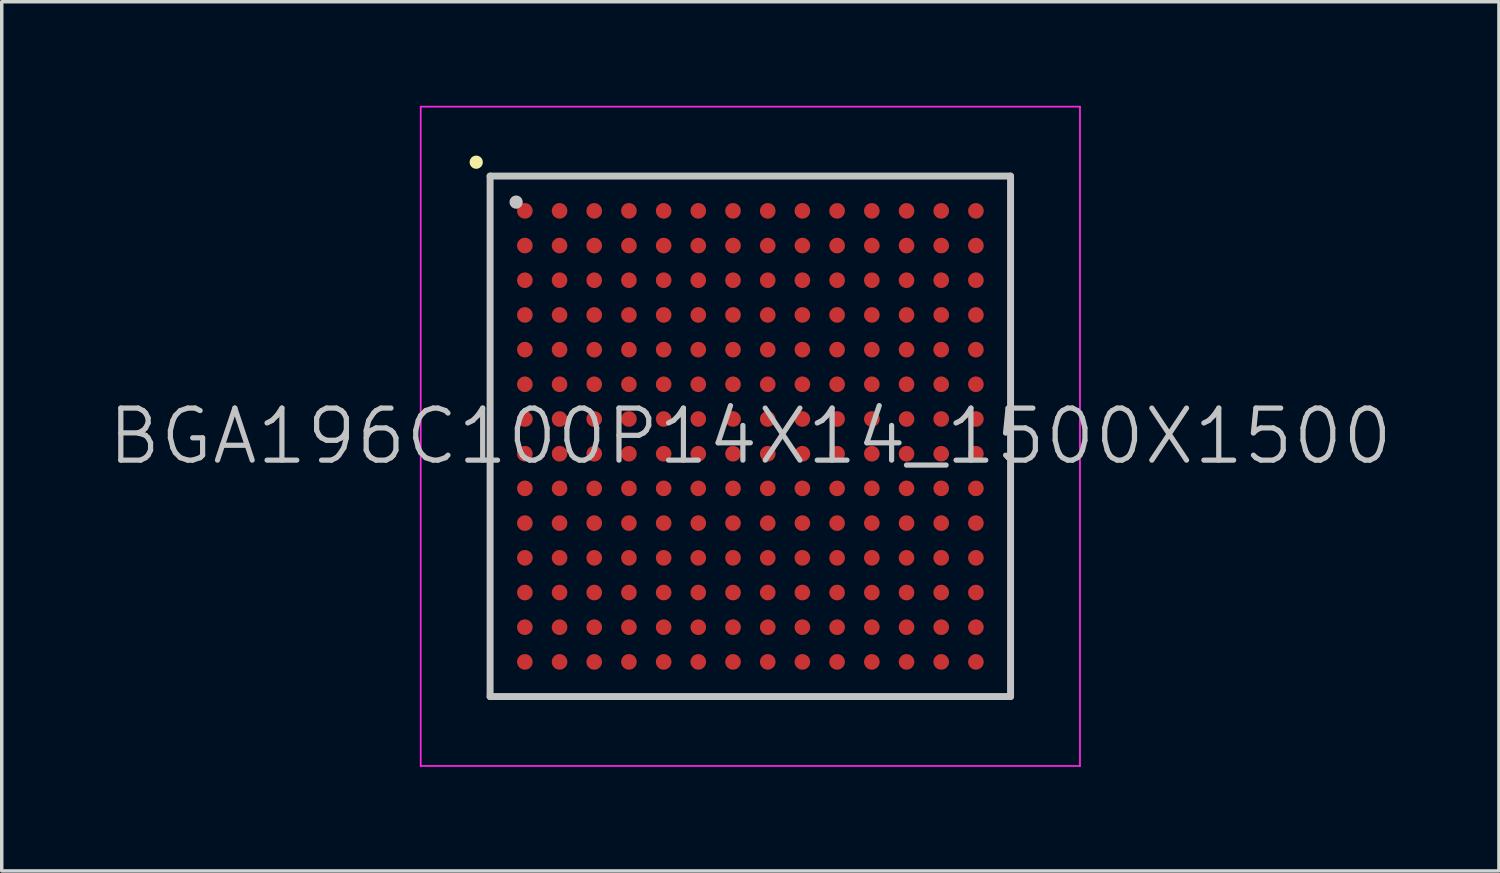
<source format=kicad_pcb>
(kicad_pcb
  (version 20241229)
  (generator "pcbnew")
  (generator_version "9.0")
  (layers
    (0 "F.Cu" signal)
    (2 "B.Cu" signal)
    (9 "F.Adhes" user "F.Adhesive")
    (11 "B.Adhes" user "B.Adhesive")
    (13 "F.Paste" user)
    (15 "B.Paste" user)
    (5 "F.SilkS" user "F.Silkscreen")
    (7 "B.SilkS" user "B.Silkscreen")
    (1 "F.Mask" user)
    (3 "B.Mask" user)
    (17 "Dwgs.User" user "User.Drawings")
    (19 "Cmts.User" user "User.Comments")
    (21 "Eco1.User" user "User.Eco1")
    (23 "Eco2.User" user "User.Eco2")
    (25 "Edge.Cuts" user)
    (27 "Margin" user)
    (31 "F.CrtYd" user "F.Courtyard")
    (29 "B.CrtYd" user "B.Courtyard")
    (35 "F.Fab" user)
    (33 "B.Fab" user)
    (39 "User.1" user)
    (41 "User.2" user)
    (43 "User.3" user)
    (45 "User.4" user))
  (footprint "BGA196C100P14X14_1500X1500"
    (layer "F.Cu")
    (at 18.575 9.525)
    (property "Reference" "BGA196C100P14X14_1500X1500" (at 0 0 0) (layer "Dwgs.User") (effects (font (size 1.5 1.5) (thickness 0.15))))
    (attr smd)
    (fp_line (start -7.9 -7.9) (end -7.9 -7.9) (stroke (width 0.381) (type solid)) (layer "F.SilkS"))
    (fp_line (start -7.5 -7.5) (end -7.5 7.5) (stroke (width 0.2) (type solid)) (layer "Dwgs.User"))
    (fp_line (start -7.5 -7.5) (end 7.5 -7.5) (stroke (width 0.2) (type solid)) (layer "Dwgs.User"))
    (fp_line (start -7.5 7.5) (end 7.5 7.5) (stroke (width 0.2) (type solid)) (layer "Dwgs.User"))
    (fp_line (start -6.75 -6.75) (end -6.75 -6.75) (stroke (width 0.381) (type solid)) (layer "Dwgs.User"))
    (fp_line (start 7.5 -7.5) (end 7.5 7.5) (stroke (width 0.2) (type solid)) (layer "Dwgs.User"))
    (fp_line (start -9.5 -9.5) (end -9.5 9.5) (stroke (width 0.05) (type solid)) (layer "F.CrtYd"))
    (fp_line (start -9.5 -9.5) (end 9.5 -9.5) (stroke (width 0.05) (type solid)) (layer "F.CrtYd"))
    (fp_line (start -9.5 9.5) (end 9.5 9.5) (stroke (width 0.05) (type solid)) (layer "F.CrtYd"))
    (fp_line (start 9.5 -9.5) (end 9.5 9.5) (stroke (width 0.05) (type solid)) (layer "F.CrtYd"))
    (pad "A1" smd circle (at -6.498 -6.498) (size 0.45 0.45) (layers "F.Cu" "F.Mask" "F.Paste"))
    (pad "A2" smd circle (at -5.498 -6.498) (size 0.45 0.45) (layers "F.Cu" "F.Mask" "F.Paste"))
    (pad "A3" smd circle (at -4.499 -6.498) (size 0.45 0.45) (layers "F.Cu" "F.Mask" "F.Paste"))
    (pad "A4" smd circle (at -3.499 -6.498) (size 0.45 0.45) (layers "F.Cu" "F.Mask" "F.Paste"))
    (pad "A5" smd circle (at -2.498 -6.498) (size 0.45 0.45) (layers "F.Cu" "F.Mask" "F.Paste"))
    (pad "A6" smd circle (at -1.5 -6.498) (size 0.45 0.45) (layers "F.Cu" "F.Mask" "F.Paste"))
    (pad "A7" smd circle (at -0.499 -6.498) (size 0.45 0.45) (layers "F.Cu" "F.Mask" "F.Paste"))
    (pad "A8" smd circle (at 0.502 -6.498) (size 0.45 0.45) (layers "F.Cu" "F.Mask" "F.Paste"))
    (pad "A9" smd circle (at 1.5 -6.498) (size 0.45 0.45) (layers "F.Cu" "F.Mask" "F.Paste"))
    (pad "A10" smd circle (at 2.501 -6.498) (size 0.45 0.45) (layers "F.Cu" "F.Mask" "F.Paste"))
    (pad "A11" smd circle (at 3.502 -6.498) (size 0.45 0.45) (layers "F.Cu" "F.Mask" "F.Paste"))
    (pad "A12" smd circle (at 4.502 -6.498) (size 0.45 0.45) (layers "F.Cu" "F.Mask" "F.Paste"))
    (pad "A13" smd circle (at 5.501 -6.498) (size 0.45 0.45) (layers "F.Cu" "F.Mask" "F.Paste"))
    (pad "A14" smd circle (at 6.501 -6.498) (size 0.45 0.45) (layers "F.Cu" "F.Mask" "F.Paste"))
    (pad "B1" smd circle (at -6.498 -5.498) (size 0.45 0.45) (layers "F.Cu" "F.Mask" "F.Paste"))
    (pad "B2" smd circle (at -5.498 -5.498) (size 0.45 0.45) (layers "F.Cu" "F.Mask" "F.Paste"))
    (pad "B3" smd circle (at -4.499 -5.498) (size 0.45 0.45) (layers "F.Cu" "F.Mask" "F.Paste"))
    (pad "B4" smd circle (at -3.499 -5.498) (size 0.45 0.45) (layers "F.Cu" "F.Mask" "F.Paste"))
    (pad "B5" smd circle (at -2.498 -5.498) (size 0.45 0.45) (layers "F.Cu" "F.Mask" "F.Paste"))
    (pad "B6" smd circle (at -1.5 -5.498) (size 0.45 0.45) (layers "F.Cu" "F.Mask" "F.Paste"))
    (pad "B7" smd circle (at -0.499 -5.498) (size 0.45 0.45) (layers "F.Cu" "F.Mask" "F.Paste"))
    (pad "B8" smd circle (at 0.502 -5.498) (size 0.45 0.45) (layers "F.Cu" "F.Mask" "F.Paste"))
    (pad "B9" smd circle (at 1.5 -5.498) (size 0.45 0.45) (layers "F.Cu" "F.Mask" "F.Paste"))
    (pad "B10" smd circle (at 2.501 -5.498) (size 0.45 0.45) (layers "F.Cu" "F.Mask" "F.Paste"))
    (pad "B11" smd circle (at 3.502 -5.498) (size 0.45 0.45) (layers "F.Cu" "F.Mask" "F.Paste"))
    (pad "B12" smd circle (at 4.502 -5.498) (size 0.45 0.45) (layers "F.Cu" "F.Mask" "F.Paste"))
    (pad "B13" smd circle (at 5.501 -5.498) (size 0.45 0.45) (layers "F.Cu" "F.Mask" "F.Paste"))
    (pad "B14" smd circle (at 6.501 -5.498) (size 0.45 0.45) (layers "F.Cu" "F.Mask" "F.Paste"))
    (pad "C1" smd circle (at -6.498 -4.499) (size 0.45 0.45) (layers "F.Cu" "F.Mask" "F.Paste"))
    (pad "C2" smd circle (at -5.498 -4.499) (size 0.45 0.45) (layers "F.Cu" "F.Mask" "F.Paste"))
    (pad "C3" smd circle (at -4.499 -4.499) (size 0.45 0.45) (layers "F.Cu" "F.Mask" "F.Paste"))
    (pad "C4" smd circle (at -3.499 -4.499) (size 0.45 0.45) (layers "F.Cu" "F.Mask" "F.Paste"))
    (pad "C5" smd circle (at -2.498 -4.499) (size 0.45 0.45) (layers "F.Cu" "F.Mask" "F.Paste"))
    (pad "C6" smd circle (at -1.5 -4.499) (size 0.45 0.45) (layers "F.Cu" "F.Mask" "F.Paste"))
    (pad "C7" smd circle (at -0.499 -4.499) (size 0.45 0.45) (layers "F.Cu" "F.Mask" "F.Paste"))
    (pad "C8" smd circle (at 0.502 -4.499) (size 0.45 0.45) (layers "F.Cu" "F.Mask" "F.Paste"))
    (pad "C9" smd circle (at 1.5 -4.499) (size 0.45 0.45) (layers "F.Cu" "F.Mask" "F.Paste"))
    (pad "C10" smd circle (at 2.501 -4.499) (size 0.45 0.45) (layers "F.Cu" "F.Mask" "F.Paste"))
    (pad "C11" smd circle (at 3.502 -4.499) (size 0.45 0.45) (layers "F.Cu" "F.Mask" "F.Paste"))
    (pad "C12" smd circle (at 4.502 -4.499) (size 0.45 0.45) (layers "F.Cu" "F.Mask" "F.Paste"))
    (pad "C13" smd circle (at 5.501 -4.499) (size 0.45 0.45) (layers "F.Cu" "F.Mask" "F.Paste"))
    (pad "C14" smd circle (at 6.501 -4.499) (size 0.45 0.45) (layers "F.Cu" "F.Mask" "F.Paste"))
    (pad "D1" smd circle (at -6.498 -3.499) (size 0.45 0.45) (layers "F.Cu" "F.Mask" "F.Paste"))
    (pad "D2" smd circle (at -5.498 -3.499) (size 0.45 0.45) (layers "F.Cu" "F.Mask" "F.Paste"))
    (pad "D3" smd circle (at -4.499 -3.499) (size 0.45 0.45) (layers "F.Cu" "F.Mask" "F.Paste"))
    (pad "D4" smd circle (at -3.499 -3.499) (size 0.45 0.45) (layers "F.Cu" "F.Mask" "F.Paste"))
    (pad "D5" smd circle (at -2.498 -3.499) (size 0.45 0.45) (layers "F.Cu" "F.Mask" "F.Paste"))
    (pad "D6" smd circle (at -1.5 -3.499) (size 0.45 0.45) (layers "F.Cu" "F.Mask" "F.Paste"))
    (pad "D7" smd circle (at -0.499 -3.499) (size 0.45 0.45) (layers "F.Cu" "F.Mask" "F.Paste"))
    (pad "D8" smd circle (at 0.502 -3.499) (size 0.45 0.45) (layers "F.Cu" "F.Mask" "F.Paste"))
    (pad "D9" smd circle (at 1.5 -3.499) (size 0.45 0.45) (layers "F.Cu" "F.Mask" "F.Paste"))
    (pad "D10" smd circle (at 2.501 -3.499) (size 0.45 0.45) (layers "F.Cu" "F.Mask" "F.Paste"))
    (pad "D11" smd circle (at 3.502 -3.499) (size 0.45 0.45) (layers "F.Cu" "F.Mask" "F.Paste"))
    (pad "D12" smd circle (at 4.502 -3.499) (size 0.45 0.45) (layers "F.Cu" "F.Mask" "F.Paste"))
    (pad "D13" smd circle (at 5.501 -3.499) (size 0.45 0.45) (layers "F.Cu" "F.Mask" "F.Paste"))
    (pad "D14" smd circle (at 6.501 -3.499) (size 0.45 0.45) (layers "F.Cu" "F.Mask" "F.Paste"))
    (pad "E1" smd circle (at -6.498 -2.498) (size 0.45 0.45) (layers "F.Cu" "F.Mask" "F.Paste"))
    (pad "E2" smd circle (at -5.498 -2.498) (size 0.45 0.45) (layers "F.Cu" "F.Mask" "F.Paste"))
    (pad "E3" smd circle (at -4.499 -2.498) (size 0.45 0.45) (layers "F.Cu" "F.Mask" "F.Paste"))
    (pad "E4" smd circle (at -3.499 -2.498) (size 0.45 0.45) (layers "F.Cu" "F.Mask" "F.Paste"))
    (pad "E5" smd circle (at -2.498 -2.498) (size 0.45 0.45) (layers "F.Cu" "F.Mask" "F.Paste"))
    (pad "E6" smd circle (at -1.5 -2.498) (size 0.45 0.45) (layers "F.Cu" "F.Mask" "F.Paste"))
    (pad "E7" smd circle (at -0.499 -2.498) (size 0.45 0.45) (layers "F.Cu" "F.Mask" "F.Paste"))
    (pad "E8" smd circle (at 0.502 -2.498) (size 0.45 0.45) (layers "F.Cu" "F.Mask" "F.Paste"))
    (pad "E9" smd circle (at 1.5 -2.498) (size 0.45 0.45) (layers "F.Cu" "F.Mask" "F.Paste"))
    (pad "E10" smd circle (at 2.501 -2.498) (size 0.45 0.45) (layers "F.Cu" "F.Mask" "F.Paste"))
    (pad "E11" smd circle (at 3.502 -2.498) (size 0.45 0.45) (layers "F.Cu" "F.Mask" "F.Paste"))
    (pad "E12" smd circle (at 4.502 -2.498) (size 0.45 0.45) (layers "F.Cu" "F.Mask" "F.Paste"))
    (pad "E13" smd circle (at 5.501 -2.498) (size 0.45 0.45) (layers "F.Cu" "F.Mask" "F.Paste"))
    (pad "E14" smd circle (at 6.501 -2.498) (size 0.45 0.45) (layers "F.Cu" "F.Mask" "F.Paste"))
    (pad "F1" smd circle (at -6.498 -1.5) (size 0.45 0.45) (layers "F.Cu" "F.Mask" "F.Paste"))
    (pad "F2" smd circle (at -5.498 -1.5) (size 0.45 0.45) (layers "F.Cu" "F.Mask" "F.Paste"))
    (pad "F3" smd circle (at -4.499 -1.5) (size 0.45 0.45) (layers "F.Cu" "F.Mask" "F.Paste"))
    (pad "F4" smd circle (at -3.499 -1.5) (size 0.45 0.45) (layers "F.Cu" "F.Mask" "F.Paste"))
    (pad "F5" smd circle (at -2.498 -1.5) (size 0.45 0.45) (layers "F.Cu" "F.Mask" "F.Paste"))
    (pad "F6" smd circle (at -1.5 -1.5) (size 0.45 0.45) (layers "F.Cu" "F.Mask" "F.Paste"))
    (pad "F7" smd circle (at -0.499 -1.5) (size 0.45 0.45) (layers "F.Cu" "F.Mask" "F.Paste"))
    (pad "F8" smd circle (at 0.502 -1.5) (size 0.45 0.45) (layers "F.Cu" "F.Mask" "F.Paste"))
    (pad "F9" smd circle (at 1.5 -1.5) (size 0.45 0.45) (layers "F.Cu" "F.Mask" "F.Paste"))
    (pad "F10" smd circle (at 2.501 -1.5) (size 0.45 0.45) (layers "F.Cu" "F.Mask" "F.Paste"))
    (pad "F11" smd circle (at 3.502 -1.5) (size 0.45 0.45) (layers "F.Cu" "F.Mask" "F.Paste"))
    (pad "F12" smd circle (at 4.502 -1.5) (size 0.45 0.45) (layers "F.Cu" "F.Mask" "F.Paste"))
    (pad "F13" smd circle (at 5.501 -1.5) (size 0.45 0.45) (layers "F.Cu" "F.Mask" "F.Paste"))
    (pad "F14" smd circle (at 6.501 -1.5) (size 0.45 0.45) (layers "F.Cu" "F.Mask" "F.Paste"))
    (pad "G1" smd circle (at -6.498 -0.499) (size 0.45 0.45) (layers "F.Cu" "F.Mask" "F.Paste"))
    (pad "G2" smd circle (at -5.498 -0.499) (size 0.45 0.45) (layers "F.Cu" "F.Mask" "F.Paste"))
    (pad "G3" smd circle (at -4.499 -0.499) (size 0.45 0.45) (layers "F.Cu" "F.Mask" "F.Paste"))
    (pad "G4" smd circle (at -3.499 -0.499) (size 0.45 0.45) (layers "F.Cu" "F.Mask" "F.Paste"))
    (pad "G5" smd circle (at -2.498 -0.499) (size 0.45 0.45) (layers "F.Cu" "F.Mask" "F.Paste"))
    (pad "G6" smd circle (at -1.5 -0.499) (size 0.45 0.45) (layers "F.Cu" "F.Mask" "F.Paste"))
    (pad "G7" smd circle (at -0.499 -0.499) (size 0.45 0.45) (layers "F.Cu" "F.Mask" "F.Paste"))
    (pad "G8" smd circle (at 0.502 -0.499) (size 0.45 0.45) (layers "F.Cu" "F.Mask" "F.Paste"))
    (pad "G9" smd circle (at 1.5 -0.499) (size 0.45 0.45) (layers "F.Cu" "F.Mask" "F.Paste"))
    (pad "G10" smd circle (at 2.501 -0.499) (size 0.45 0.45) (layers "F.Cu" "F.Mask" "F.Paste"))
    (pad "G11" smd circle (at 3.502 -0.499) (size 0.45 0.45) (layers "F.Cu" "F.Mask" "F.Paste"))
    (pad "G12" smd circle (at 4.502 -0.499) (size 0.45 0.45) (layers "F.Cu" "F.Mask" "F.Paste"))
    (pad "G13" smd circle (at 5.501 -0.499) (size 0.45 0.45) (layers "F.Cu" "F.Mask" "F.Paste"))
    (pad "G14" smd circle (at 6.501 -0.499) (size 0.45 0.45) (layers "F.Cu" "F.Mask" "F.Paste"))
    (pad "H1" smd circle (at -6.498 0.502) (size 0.45 0.45) (layers "F.Cu" "F.Mask" "F.Paste"))
    (pad "H2" smd circle (at -5.498 0.502) (size 0.45 0.45) (layers "F.Cu" "F.Mask" "F.Paste"))
    (pad "H3" smd circle (at -4.499 0.502) (size 0.45 0.45) (layers "F.Cu" "F.Mask" "F.Paste"))
    (pad "H4" smd circle (at -3.499 0.502) (size 0.45 0.45) (layers "F.Cu" "F.Mask" "F.Paste"))
    (pad "H5" smd circle (at -2.498 0.502) (size 0.45 0.45) (layers "F.Cu" "F.Mask" "F.Paste"))
    (pad "H6" smd circle (at -1.5 0.502) (size 0.45 0.45) (layers "F.Cu" "F.Mask" "F.Paste"))
    (pad "H7" smd circle (at -0.499 0.502) (size 0.45 0.45) (layers "F.Cu" "F.Mask" "F.Paste"))
    (pad "H8" smd circle (at 0.502 0.502) (size 0.45 0.45) (layers "F.Cu" "F.Mask" "F.Paste"))
    (pad "H9" smd circle (at 1.5 0.502) (size 0.45 0.45) (layers "F.Cu" "F.Mask" "F.Paste"))
    (pad "H10" smd circle (at 2.501 0.502) (size 0.45 0.45) (layers "F.Cu" "F.Mask" "F.Paste"))
    (pad "H11" smd circle (at 3.502 0.502) (size 0.45 0.45) (layers "F.Cu" "F.Mask" "F.Paste"))
    (pad "H12" smd circle (at 4.502 0.502) (size 0.45 0.45) (layers "F.Cu" "F.Mask" "F.Paste"))
    (pad "H13" smd circle (at 5.501 0.502) (size 0.45 0.45) (layers "F.Cu" "F.Mask" "F.Paste"))
    (pad "H14" smd circle (at 6.501 0.502) (size 0.45 0.45) (layers "F.Cu" "F.Mask" "F.Paste"))
    (pad "J1" smd circle (at -6.498 1.5) (size 0.45 0.45) (layers "F.Cu" "F.Mask" "F.Paste"))
    (pad "J2" smd circle (at -5.498 1.5) (size 0.45 0.45) (layers "F.Cu" "F.Mask" "F.Paste"))
    (pad "J3" smd circle (at -4.499 1.5) (size 0.45 0.45) (layers "F.Cu" "F.Mask" "F.Paste"))
    (pad "J4" smd circle (at -3.499 1.5) (size 0.45 0.45) (layers "F.Cu" "F.Mask" "F.Paste"))
    (pad "J5" smd circle (at -2.498 1.5) (size 0.45 0.45) (layers "F.Cu" "F.Mask" "F.Paste"))
    (pad "J6" smd circle (at -1.5 1.5) (size 0.45 0.45) (layers "F.Cu" "F.Mask" "F.Paste"))
    (pad "J7" smd circle (at -0.499 1.5) (size 0.45 0.45) (layers "F.Cu" "F.Mask" "F.Paste"))
    (pad "J8" smd circle (at 0.502 1.5) (size 0.45 0.45) (layers "F.Cu" "F.Mask" "F.Paste"))
    (pad "J9" smd circle (at 1.5 1.5) (size 0.45 0.45) (layers "F.Cu" "F.Mask" "F.Paste"))
    (pad "J10" smd circle (at 2.501 1.5) (size 0.45 0.45) (layers "F.Cu" "F.Mask" "F.Paste"))
    (pad "J11" smd circle (at 3.502 1.5) (size 0.45 0.45) (layers "F.Cu" "F.Mask" "F.Paste"))
    (pad "J12" smd circle (at 4.502 1.5) (size 0.45 0.45) (layers "F.Cu" "F.Mask" "F.Paste"))
    (pad "J13" smd circle (at 5.501 1.5) (size 0.45 0.45) (layers "F.Cu" "F.Mask" "F.Paste"))
    (pad "J14" smd circle (at 6.501 1.5) (size 0.45 0.45) (layers "F.Cu" "F.Mask" "F.Paste"))
    (pad "K1" smd circle (at -6.498 2.501) (size 0.45 0.45) (layers "F.Cu" "F.Mask" "F.Paste"))
    (pad "K2" smd circle (at -5.498 2.501) (size 0.45 0.45) (layers "F.Cu" "F.Mask" "F.Paste"))
    (pad "K3" smd circle (at -4.499 2.501) (size 0.45 0.45) (layers "F.Cu" "F.Mask" "F.Paste"))
    (pad "K4" smd circle (at -3.499 2.501) (size 0.45 0.45) (layers "F.Cu" "F.Mask" "F.Paste"))
    (pad "K5" smd circle (at -2.498 2.501) (size 0.45 0.45) (layers "F.Cu" "F.Mask" "F.Paste"))
    (pad "K6" smd circle (at -1.5 2.501) (size 0.45 0.45) (layers "F.Cu" "F.Mask" "F.Paste"))
    (pad "K7" smd circle (at -0.499 2.501) (size 0.45 0.45) (layers "F.Cu" "F.Mask" "F.Paste"))
    (pad "K8" smd circle (at 0.502 2.501) (size 0.45 0.45) (layers "F.Cu" "F.Mask" "F.Paste"))
    (pad "K9" smd circle (at 1.5 2.501) (size 0.45 0.45) (layers "F.Cu" "F.Mask" "F.Paste"))
    (pad "K10" smd circle (at 2.501 2.501) (size 0.45 0.45) (layers "F.Cu" "F.Mask" "F.Paste"))
    (pad "K11" smd circle (at 3.502 2.501) (size 0.45 0.45) (layers "F.Cu" "F.Mask" "F.Paste"))
    (pad "K12" smd circle (at 4.502 2.501) (size 0.45 0.45) (layers "F.Cu" "F.Mask" "F.Paste"))
    (pad "K13" smd circle (at 5.501 2.501) (size 0.45 0.45) (layers "F.Cu" "F.Mask" "F.Paste"))
    (pad "K14" smd circle (at 6.501 2.501) (size 0.45 0.45) (layers "F.Cu" "F.Mask" "F.Paste"))
    (pad "L1" smd circle (at -6.498 3.502) (size 0.45 0.45) (layers "F.Cu" "F.Mask" "F.Paste"))
    (pad "L2" smd circle (at -5.498 3.502) (size 0.45 0.45) (layers "F.Cu" "F.Mask" "F.Paste"))
    (pad "L3" smd circle (at -4.499 3.502) (size 0.45 0.45) (layers "F.Cu" "F.Mask" "F.Paste"))
    (pad "L4" smd circle (at -3.499 3.502) (size 0.45 0.45) (layers "F.Cu" "F.Mask" "F.Paste"))
    (pad "L5" smd circle (at -2.498 3.502) (size 0.45 0.45) (layers "F.Cu" "F.Mask" "F.Paste"))
    (pad "L6" smd circle (at -1.5 3.502) (size 0.45 0.45) (layers "F.Cu" "F.Mask" "F.Paste"))
    (pad "L7" smd circle (at -0.499 3.502) (size 0.45 0.45) (layers "F.Cu" "F.Mask" "F.Paste"))
    (pad "L8" smd circle (at 0.502 3.502) (size 0.45 0.45) (layers "F.Cu" "F.Mask" "F.Paste"))
    (pad "L9" smd circle (at 1.5 3.502) (size 0.45 0.45) (layers "F.Cu" "F.Mask" "F.Paste"))
    (pad "L10" smd circle (at 2.501 3.502) (size 0.45 0.45) (layers "F.Cu" "F.Mask" "F.Paste"))
    (pad "L11" smd circle (at 3.502 3.502) (size 0.45 0.45) (layers "F.Cu" "F.Mask" "F.Paste"))
    (pad "L12" smd circle (at 4.502 3.502) (size 0.45 0.45) (layers "F.Cu" "F.Mask" "F.Paste"))
    (pad "L13" smd circle (at 5.501 3.502) (size 0.45 0.45) (layers "F.Cu" "F.Mask" "F.Paste"))
    (pad "L14" smd circle (at 6.501 3.502) (size 0.45 0.45) (layers "F.Cu" "F.Mask" "F.Paste"))
    (pad "M1" smd circle (at -6.498 4.502) (size 0.45 0.45) (layers "F.Cu" "F.Mask" "F.Paste"))
    (pad "M2" smd circle (at -5.498 4.502) (size 0.45 0.45) (layers "F.Cu" "F.Mask" "F.Paste"))
    (pad "M3" smd circle (at -4.499 4.502) (size 0.45 0.45) (layers "F.Cu" "F.Mask" "F.Paste"))
    (pad "M4" smd circle (at -3.499 4.502) (size 0.45 0.45) (layers "F.Cu" "F.Mask" "F.Paste"))
    (pad "M5" smd circle (at -2.498 4.502) (size 0.45 0.45) (layers "F.Cu" "F.Mask" "F.Paste"))
    (pad "M6" smd circle (at -1.5 4.502) (size 0.45 0.45) (layers "F.Cu" "F.Mask" "F.Paste"))
    (pad "M7" smd circle (at -0.499 4.502) (size 0.45 0.45) (layers "F.Cu" "F.Mask" "F.Paste"))
    (pad "M8" smd circle (at 0.502 4.502) (size 0.45 0.45) (layers "F.Cu" "F.Mask" "F.Paste"))
    (pad "M9" smd circle (at 1.5 4.502) (size 0.45 0.45) (layers "F.Cu" "F.Mask" "F.Paste"))
    (pad "M10" smd circle (at 2.501 4.502) (size 0.45 0.45) (layers "F.Cu" "F.Mask" "F.Paste"))
    (pad "M11" smd circle (at 3.502 4.502) (size 0.45 0.45) (layers "F.Cu" "F.Mask" "F.Paste"))
    (pad "M12" smd circle (at 4.502 4.502) (size 0.45 0.45) (layers "F.Cu" "F.Mask" "F.Paste"))
    (pad "M13" smd circle (at 5.501 4.502) (size 0.45 0.45) (layers "F.Cu" "F.Mask" "F.Paste"))
    (pad "M14" smd circle (at 6.501 4.502) (size 0.45 0.45) (layers "F.Cu" "F.Mask" "F.Paste"))
    (pad "N1" smd circle (at -6.498 5.501) (size 0.45 0.45) (layers "F.Cu" "F.Mask" "F.Paste"))
    (pad "N2" smd circle (at -5.498 5.501) (size 0.45 0.45) (layers "F.Cu" "F.Mask" "F.Paste"))
    (pad "N3" smd circle (at -4.499 5.501) (size 0.45 0.45) (layers "F.Cu" "F.Mask" "F.Paste"))
    (pad "N4" smd circle (at -3.499 5.501) (size 0.45 0.45) (layers "F.Cu" "F.Mask" "F.Paste"))
    (pad "N5" smd circle (at -2.498 5.501) (size 0.45 0.45) (layers "F.Cu" "F.Mask" "F.Paste"))
    (pad "N6" smd circle (at -1.5 5.501) (size 0.45 0.45) (layers "F.Cu" "F.Mask" "F.Paste"))
    (pad "N7" smd circle (at -0.499 5.501) (size 0.45 0.45) (layers "F.Cu" "F.Mask" "F.Paste"))
    (pad "N8" smd circle (at 0.502 5.501) (size 0.45 0.45) (layers "F.Cu" "F.Mask" "F.Paste"))
    (pad "N9" smd circle (at 1.5 5.501) (size 0.45 0.45) (layers "F.Cu" "F.Mask" "F.Paste"))
    (pad "N10" smd circle (at 2.501 5.501) (size 0.45 0.45) (layers "F.Cu" "F.Mask" "F.Paste"))
    (pad "N11" smd circle (at 3.502 5.501) (size 0.45 0.45) (layers "F.Cu" "F.Mask" "F.Paste"))
    (pad "N12" smd circle (at 4.502 5.501) (size 0.45 0.45) (layers "F.Cu" "F.Mask" "F.Paste"))
    (pad "N13" smd circle (at 5.501 5.501) (size 0.45 0.45) (layers "F.Cu" "F.Mask" "F.Paste"))
    (pad "N14" smd circle (at 6.501 5.501) (size 0.45 0.45) (layers "F.Cu" "F.Mask" "F.Paste"))
    (pad "P1" smd circle (at -6.498 6.501) (size 0.45 0.45) (layers "F.Cu" "F.Mask" "F.Paste"))
    (pad "P2" smd circle (at -5.498 6.501) (size 0.45 0.45) (layers "F.Cu" "F.Mask" "F.Paste"))
    (pad "P3" smd circle (at -4.499 6.501) (size 0.45 0.45) (layers "F.Cu" "F.Mask" "F.Paste"))
    (pad "P4" smd circle (at -3.499 6.501) (size 0.45 0.45) (layers "F.Cu" "F.Mask" "F.Paste"))
    (pad "P5" smd circle (at -2.498 6.501) (size 0.45 0.45) (layers "F.Cu" "F.Mask" "F.Paste"))
    (pad "P6" smd circle (at -1.5 6.501) (size 0.45 0.45) (layers "F.Cu" "F.Mask" "F.Paste"))
    (pad "P7" smd circle (at -0.499 6.501) (size 0.45 0.45) (layers "F.Cu" "F.Mask" "F.Paste"))
    (pad "P8" smd circle (at 0.502 6.501) (size 0.45 0.45) (layers "F.Cu" "F.Mask" "F.Paste"))
    (pad "P9" smd circle (at 1.5 6.501) (size 0.45 0.45) (layers "F.Cu" "F.Mask" "F.Paste"))
    (pad "P10" smd circle (at 2.501 6.501) (size 0.45 0.45) (layers "F.Cu" "F.Mask" "F.Paste"))
    (pad "P11" smd circle (at 3.502 6.501) (size 0.45 0.45) (layers "F.Cu" "F.Mask" "F.Paste"))
    (pad "P12" smd circle (at 4.502 6.501) (size 0.45 0.45) (layers "F.Cu" "F.Mask" "F.Paste"))
    (pad "P13" smd circle (at 5.501 6.501) (size 0.45 0.45) (layers "F.Cu" "F.Mask" "F.Paste"))
    (pad "P14" smd circle (at 6.501 6.501) (size 0.45 0.45) (layers "F.Cu" "F.Mask" "F.Paste")))
  (gr_rect
    (start -3 -3)
    (end 40.15 22.05)
    (stroke (width 0.1) (type default))
    (fill no)
    (layer "Edge.Cuts")))
</source>
